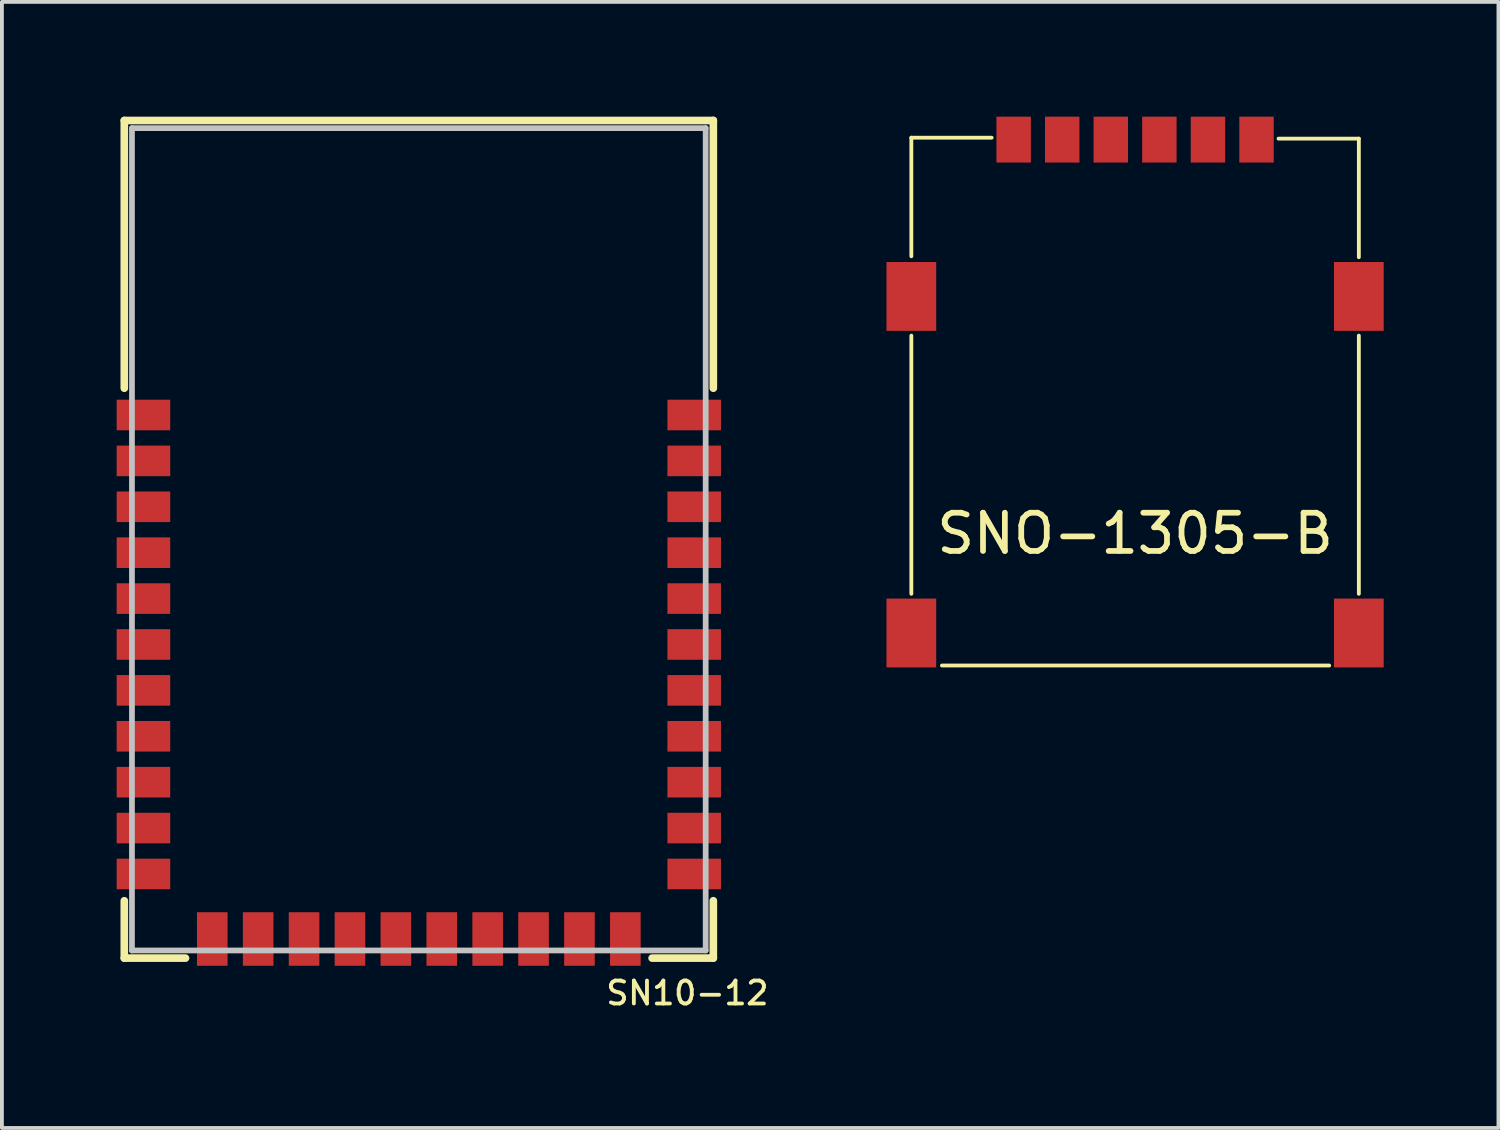
<source format=kicad_pcb>
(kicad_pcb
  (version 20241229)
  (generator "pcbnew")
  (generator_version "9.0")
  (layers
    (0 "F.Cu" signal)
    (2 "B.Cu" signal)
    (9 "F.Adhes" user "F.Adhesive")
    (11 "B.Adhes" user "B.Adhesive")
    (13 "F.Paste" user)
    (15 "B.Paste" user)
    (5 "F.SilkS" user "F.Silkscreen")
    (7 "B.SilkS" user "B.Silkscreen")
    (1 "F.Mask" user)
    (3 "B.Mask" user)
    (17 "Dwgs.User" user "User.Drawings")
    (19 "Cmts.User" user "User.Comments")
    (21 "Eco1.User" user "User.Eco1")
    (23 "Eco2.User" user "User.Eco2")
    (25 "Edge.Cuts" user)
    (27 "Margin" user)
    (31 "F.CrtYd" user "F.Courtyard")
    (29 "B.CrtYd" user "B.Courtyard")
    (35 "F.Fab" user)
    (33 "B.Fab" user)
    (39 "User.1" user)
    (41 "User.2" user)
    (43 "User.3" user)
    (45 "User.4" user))
  (footprint "SNO-1305-B"
    (layer "F.Cu")
    (at 26.627 10.4)
    (property "Reference" "SNO-1305-B" (at 0 0.5 0) (layer "F.SilkS") (effects (font (size 1 1) (thickness 0.15))))
    (attr through_hole)
    (fp_line (start -5.85 -9.85) (end -3.75 -9.85) (stroke (width 0.1) (type solid)) (layer "F.SilkS"))
    (fp_line (start -5.85 -6.75) (end -5.85 -9.85) (stroke (width 0.1) (type solid)) (layer "F.SilkS"))
    (fp_line (start -5.85 -4.675) (end -5.85 2.075) (stroke (width 0.1) (type solid)) (layer "F.SilkS"))
    (fp_line (start -5.05 3.95) (end 5.075 3.95) (stroke (width 0.1) (type solid)) (layer "F.SilkS"))
    (fp_line (start 5.85 -9.825) (end 3.75 -9.825) (stroke (width 0.1) (type solid)) (layer "F.SilkS"))
    (fp_line (start 5.85 -6.725) (end 5.85 -9.825) (stroke (width 0.1) (type solid)) (layer "F.SilkS"))
    (fp_line (start 5.85 -4.675) (end 5.85 2.075) (stroke (width 0.1) (type solid)) (layer "F.SilkS"))
    (pad "1" smd rect (at -3.175 -9.8) (size 0.9 1.2) (layers "F.Cu" "F.Mask" "F.Paste"))
    (pad "2" smd rect (at -0.635 -9.8) (size 0.9 1.2) (layers "F.Cu" "F.Mask" "F.Paste"))
    (pad "3" smd rect (at 1.905 -9.8) (size 0.9 1.2) (layers "F.Cu" "F.Mask" "F.Paste"))
    (pad "5" smd rect (at -5.85 -5.7) (size 1.3 1.8) (layers "F.Cu" "F.Mask" "F.Paste"))
    (pad "5" smd rect (at -5.85 3.1) (size 1.3 1.8) (layers "F.Cu" "F.Mask" "F.Paste"))
    (pad "5" smd rect (at -1.905 -9.8) (size 0.9 1.2) (layers "F.Cu" "F.Mask" "F.Paste"))
    (pad "5" smd rect (at 5.85 -5.7) (size 1.3 1.8) (layers "F.Cu" "F.Mask" "F.Paste"))
    (pad "5" smd rect (at 5.85 3.1) (size 1.3 1.8) (layers "F.Cu" "F.Mask" "F.Paste"))
    (pad "6" smd rect (at 0.635 -9.8) (size 0.9 1.2) (layers "F.Cu" "F.Mask" "F.Paste"))
    (pad "7" smd rect (at 3.175 -9.8) (size 0.9 1.2) (layers "F.Cu" "F.Mask" "F.Paste")))
  (footprint "SN10-12"
    (layer "F.Cu")
    (at 7.9 16.55)
    (property "Reference" "SN10-12" (at 7.022 6.364 0) (layer "F.SilkS") (effects (font (size 0.6 0.6) (thickness 0.1))))
    (attr through_hole)
    (fp_line (start -7.7 -9.45) (end -7.7 -16.45) (stroke (width 0.2) (type solid)) (layer "F.SilkS"))
    (fp_line (start -7.7 3.95) (end -7.7 5.45) (stroke (width 0.2) (type solid)) (layer "F.SilkS"))
    (fp_line (start -6.1 5.45) (end -7.7 5.45) (stroke (width 0.2) (type solid)) (layer "F.SilkS"))
    (fp_line (start 6.1 5.45) (end 7.7 5.45) (stroke (width 0.2) (type solid)) (layer "F.SilkS"))
    (fp_line (start 7.7 -16.45) (end -7.7 -16.45) (stroke (width 0.2) (type solid)) (layer "F.SilkS"))
    (fp_line (start 7.7 -9.45) (end 7.7 -16.45) (stroke (width 0.2) (type solid)) (layer "F.SilkS"))
    (fp_line (start 7.7 5.45) (end 7.7 3.95) (stroke (width 0.2) (type solid)) (layer "F.SilkS"))
    (fp_line (start -7.5 -16.25) (end 7.5 -16.25) (stroke (width 0.15) (type solid)) (layer "Dwgs.User"))
    (fp_line (start -7.5 5.25) (end -7.5 -16.25) (stroke (width 0.15) (type solid)) (layer "Dwgs.User"))
    (fp_line (start -7.5 5.25) (end 7.5 5.25) (stroke (width 0.15) (type solid)) (layer "Dwgs.User"))
    (fp_line (start 7.5 5.25) (end 7.5 -16.25) (stroke (width 0.15) (type solid)) (layer "Dwgs.User"))
    (pad "1" smd rect (at -7.2 -8.75) (size 1.4 0.8) (layers "F.Cu" "F.Mask" "F.Paste"))
    (pad "2" smd rect (at -7.2 -7.55) (size 1.4 0.8) (layers "F.Cu" "F.Mask" "F.Paste"))
    (pad "3" smd rect (at -7.2 -6.35) (size 1.4 0.8) (layers "F.Cu" "F.Mask" "F.Paste"))
    (pad "4" smd rect (at -7.2 -5.15) (size 1.4 0.8) (layers "F.Cu" "F.Mask" "F.Paste"))
    (pad "5" smd rect (at -7.2 -3.95) (size 1.4 0.8) (layers "F.Cu" "F.Mask" "F.Paste"))
    (pad "6" smd rect (at -7.2 -2.75) (size 1.4 0.8) (layers "F.Cu" "F.Mask" "F.Paste"))
    (pad "7" smd rect (at -7.2 -1.55) (size 1.4 0.8) (layers "F.Cu" "F.Mask" "F.Paste"))
    (pad "8" smd rect (at -7.2 -0.35) (size 1.4 0.8) (layers "F.Cu" "F.Mask" "F.Paste"))
    (pad "9" smd rect (at -7.2 0.85) (size 1.4 0.8) (layers "F.Cu" "F.Mask" "F.Paste"))
    (pad "10" smd rect (at -7.2 2.05) (size 1.4 0.8) (layers "F.Cu" "F.Mask" "F.Paste"))
    (pad "11" smd rect (at -7.2 3.25) (size 1.4 0.8) (layers "F.Cu" "F.Mask" "F.Paste"))
    (pad "12" smd rect (at -5.4 4.95) (size 0.8 1.4) (layers "F.Cu" "F.Mask" "F.Paste"))
    (pad "13" smd rect (at -4.2 4.95) (size 0.8 1.4) (layers "F.Cu" "F.Mask" "F.Paste"))
    (pad "14" smd rect (at -3 4.95) (size 0.8 1.4) (layers "F.Cu" "F.Mask" "F.Paste"))
    (pad "15" smd rect (at -1.8 4.95) (size 0.8 1.4) (layers "F.Cu" "F.Mask" "F.Paste"))
    (pad "16" smd rect (at -0.6 4.95) (size 0.8 1.4) (layers "F.Cu" "F.Mask" "F.Paste"))
    (pad "17" smd rect (at 0.6 4.95) (size 0.8 1.4) (layers "F.Cu" "F.Mask" "F.Paste"))
    (pad "18" smd rect (at 1.8 4.95) (size 0.8 1.4) (layers "F.Cu" "F.Mask" "F.Paste"))
    (pad "19" smd rect (at 3 4.95) (size 0.8 1.4) (layers "F.Cu" "F.Mask" "F.Paste"))
    (pad "20" smd rect (at 4.2 4.95) (size 0.8 1.4) (layers "F.Cu" "F.Mask" "F.Paste"))
    (pad "21" smd rect (at 5.4 4.95) (size 0.8 1.4) (layers "F.Cu" "F.Mask" "F.Paste"))
    (pad "22" smd rect (at 7.2 3.25) (size 1.4 0.8) (layers "F.Cu" "F.Mask" "F.Paste"))
    (pad "23" smd rect (at 7.2 2.05) (size 1.4 0.8) (layers "F.Cu" "F.Mask" "F.Paste"))
    (pad "24" smd rect (at 7.2 0.85) (size 1.4 0.8) (layers "F.Cu" "F.Mask" "F.Paste"))
    (pad "25" smd rect (at 7.2 -0.35) (size 1.4 0.8) (layers "F.Cu" "F.Mask" "F.Paste"))
    (pad "26" smd rect (at 7.2 -1.55) (size 1.4 0.8) (layers "F.Cu" "F.Mask" "F.Paste"))
    (pad "27" smd rect (at 7.2 -2.75) (size 1.4 0.8) (layers "F.Cu" "F.Mask" "F.Paste"))
    (pad "28" smd rect (at 7.2 -3.95) (size 1.4 0.8) (layers "F.Cu" "F.Mask" "F.Paste"))
    (pad "29" smd rect (at 7.2 -5.15) (size 1.4 0.8) (layers "F.Cu" "F.Mask" "F.Paste"))
    (pad "30" smd rect (at 7.2 -6.35) (size 1.4 0.8) (layers "F.Cu" "F.Mask" "F.Paste"))
    (pad "31" smd rect (at 7.2 -7.55) (size 1.4 0.8) (layers "F.Cu" "F.Mask" "F.Paste"))
    (pad "32" smd rect (at 7.2 -8.75) (size 1.4 0.8) (layers "F.Cu" "F.Mask" "F.Paste")))
  (gr_rect
    (start -3 -3)
    (end 36.127 26.441)
    (stroke (width 0.1) (type default))
    (fill no)
    (layer "Edge.Cuts")))
</source>
